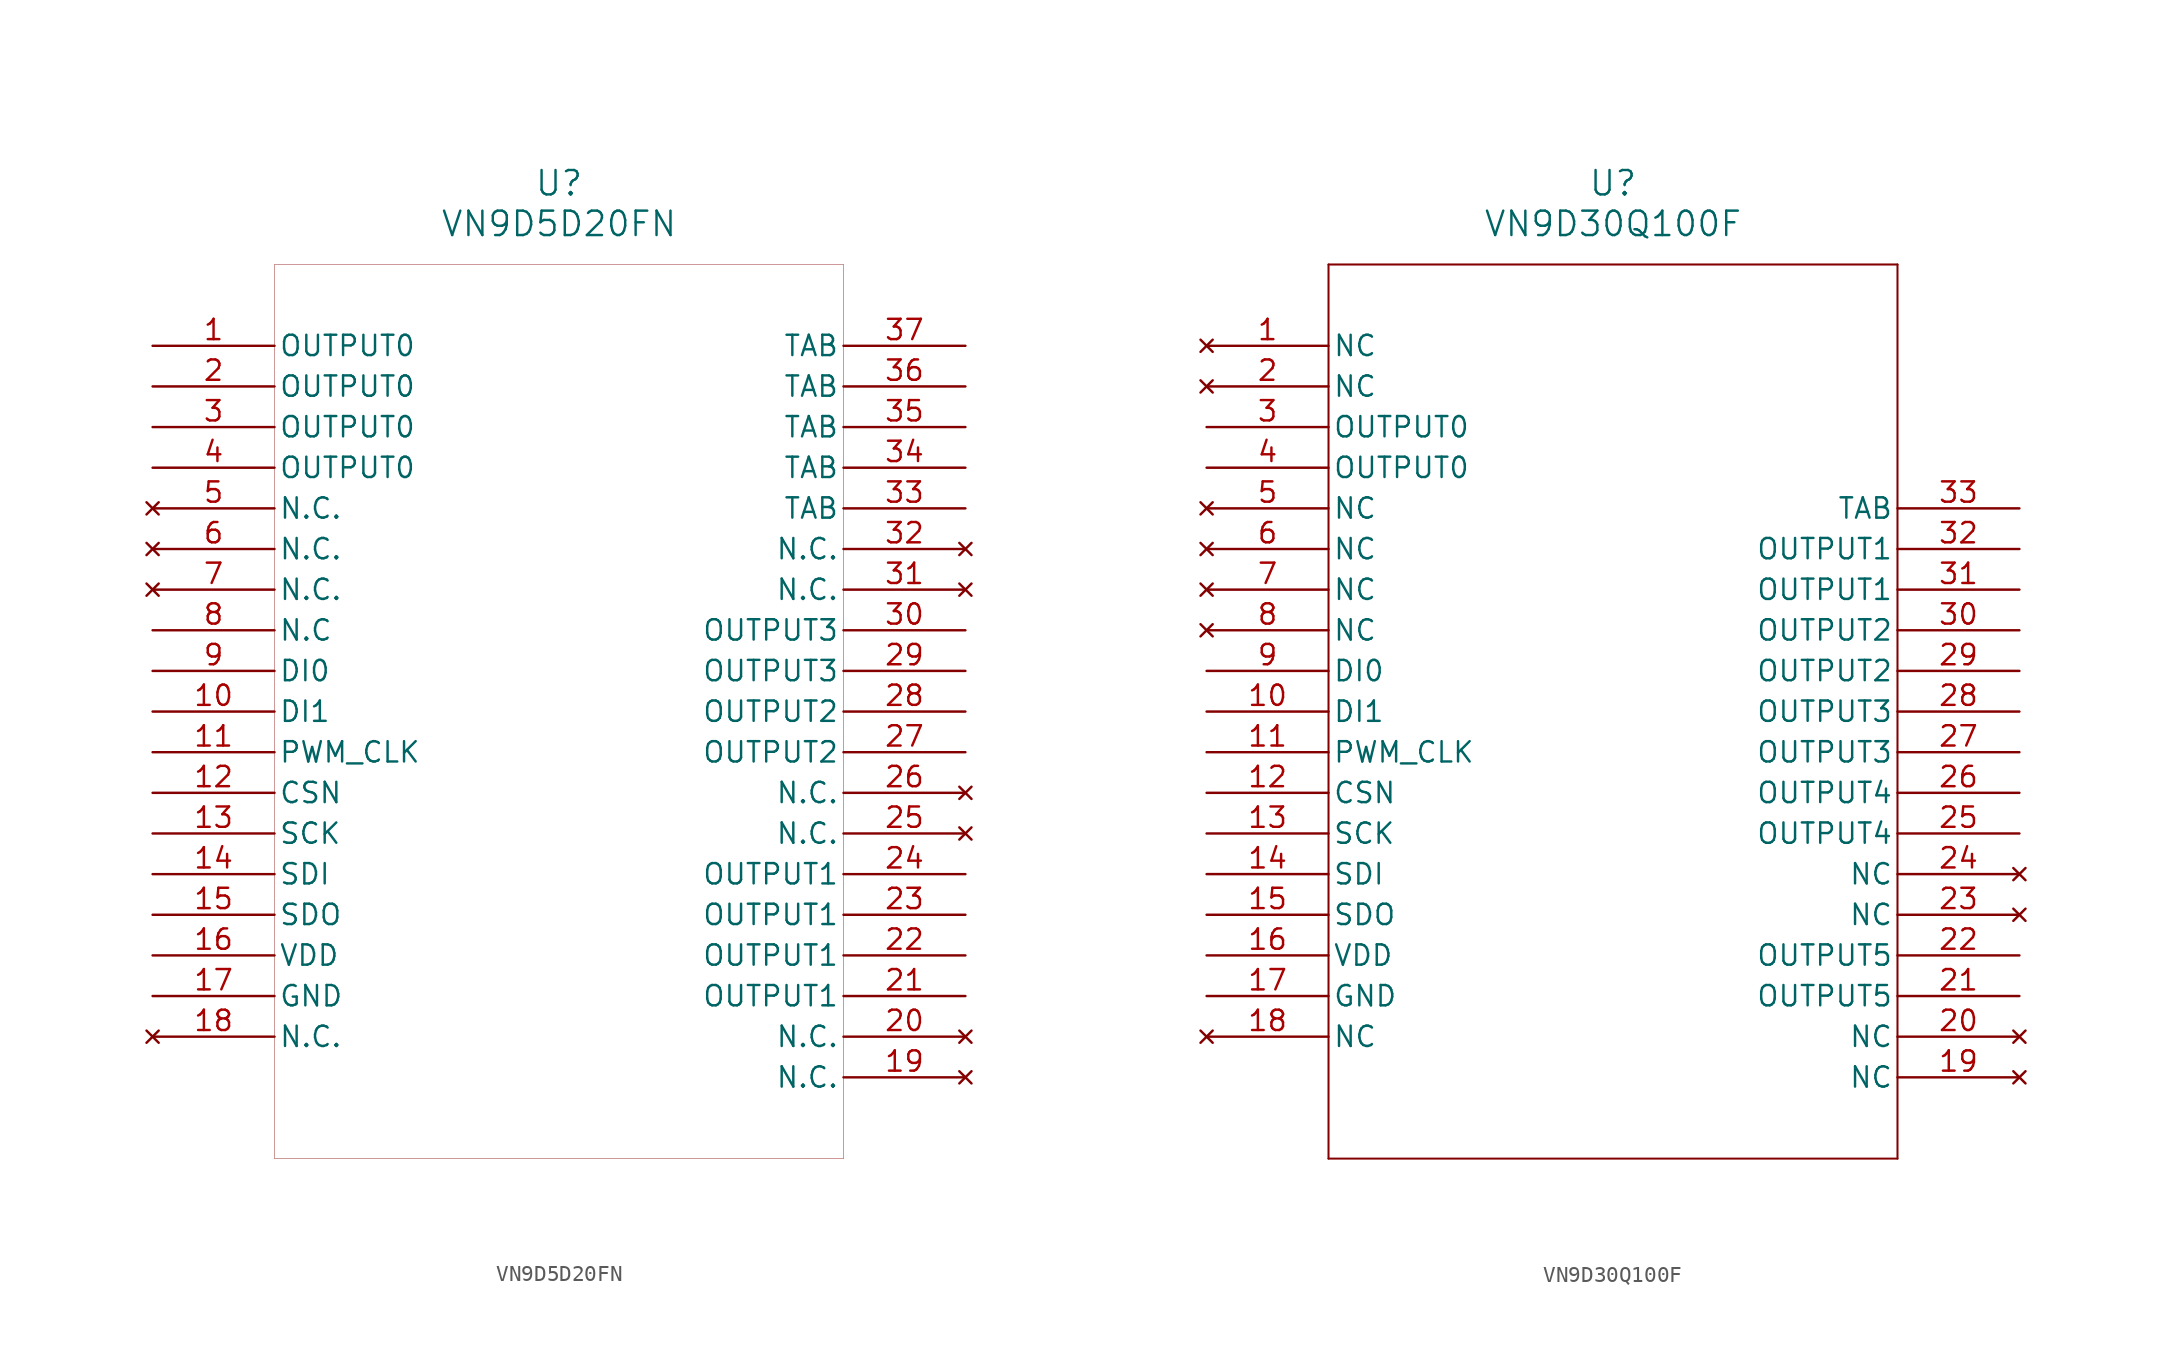
<source format=kicad_sym>
(kicad_symbol_lib
  (version 20241209)
  (generator "kicad_symbol_editor")
  (generator_version "9.0")
  (symbol "VN9D5D20FN"
    (pin_names
      (offset 0.254))
    (property "Reference" "U"
      (at 25.4 10.16 0)
      (effects (font (size 1.524 1.524))))
    (property "Value" "VN9D5D20FN"
      (at 25.4 7.62 0)
      (effects (font (size 1.524 1.524))))
    (property "ki_locked" ""
      (at 0 0 0)
      (effects (font (size 1.27 1.27))))
    (symbol "VN9D5D20FN_0_1"
      (polyline (pts (xy 7.62 5.08) (xy 7.62 -50.8)) (stroke (width 0.025) (type default)) (fill (type none)))
      (polyline (pts (xy 7.62 -50.8) (xy 43.18 -50.8)) (stroke (width 0.025) (type default)) (fill (type none)))
      (polyline (pts (xy 43.18 5.08) (xy 7.62 5.08)) (stroke (width 0.025) (type default)) (fill (type none)))
      (polyline (pts (xy 43.18 -50.8) (xy 43.18 5.08)) (stroke (width 0.025) (type default)) (fill (type none)))
      (pin output line (at 0 0 0) (length 7.62) (name "OUTPUT0" (effects (font (size 1.27 1.27)))) (number "1" (effects (font (size 1.27 1.27)))))
      (pin output line (at 0 -2.54 0) (length 7.62) (name "OUTPUT0" (effects (font (size 1.27 1.27)))) (number "2" (effects (font (size 1.27 1.27)))))
      (pin output line (at 0 -5.08 0) (length 7.62) (name "OUTPUT0" (effects (font (size 1.27 1.27)))) (number "3" (effects (font (size 1.27 1.27)))))
      (pin output line (at 0 -7.62 0) (length 7.62) (name "OUTPUT0" (effects (font (size 1.27 1.27)))) (number "4" (effects (font (size 1.27 1.27)))))
      (pin no_connect line (at 0 -10.16 0) (length 7.62) (name "N.C." (effects (font (size 1.27 1.27)))) (number "5" (effects (font (size 1.27 1.27)))))
      (pin no_connect line (at 0 -12.7 0) (length 7.62) (name "N.C." (effects (font (size 1.27 1.27)))) (number "6" (effects (font (size 1.27 1.27)))))
      (pin no_connect line (at 0 -15.24 0) (length 7.62) (name "N.C." (effects (font (size 1.27 1.27)))) (number "7" (effects (font (size 1.27 1.27)))))
      (pin bidirectional line (at 0 -17.78 0) (length 7.62) (name "N.C" (effects (font (size 1.27 1.27)))) (number "8" (effects (font (size 1.27 1.27)))))
      (pin input line (at 0 -20.32 0) (length 7.62) (name "DI0" (effects (font (size 1.27 1.27)))) (number "9" (effects (font (size 1.27 1.27)))))
      (pin input line (at 0 -22.86 0) (length 7.62) (name "DI1" (effects (font (size 1.27 1.27)))) (number "10" (effects (font (size 1.27 1.27)))))
      (pin unspecified line (at 0 -25.4 0) (length 7.62) (name "PWM_CLK" (effects (font (size 1.27 1.27)))) (number "11" (effects (font (size 1.27 1.27)))))
      (pin input line (at 0 -27.94 0) (length 7.62) (name "CSN" (effects (font (size 1.27 1.27)))) (number "12" (effects (font (size 1.27 1.27)))))
      (pin input line (at 0 -30.48 0) (length 7.62) (name "SCK" (effects (font (size 1.27 1.27)))) (number "13" (effects (font (size 1.27 1.27)))))
      (pin input line (at 0 -33.02 0) (length 7.62) (name "SDI" (effects (font (size 1.27 1.27)))) (number "14" (effects (font (size 1.27 1.27)))))
      (pin output line (at 0 -35.56 0) (length 7.62) (name "SDO" (effects (font (size 1.27 1.27)))) (number "15" (effects (font (size 1.27 1.27)))))
      (pin power_in line (at 0 -38.1 0) (length 7.62) (name "VDD" (effects (font (size 1.27 1.27)))) (number "16" (effects (font (size 1.27 1.27)))))
      (pin power_out line (at 0 -40.64 0) (length 7.62) (name "GND" (effects (font (size 1.27 1.27)))) (number "17" (effects (font (size 1.27 1.27)))))
      (pin no_connect line (at 0 -43.18 0) (length 7.62) (name "N.C." (effects (font (size 1.27 1.27)))) (number "18" (effects (font (size 1.27 1.27)))))
      (pin power_in line (at 50.8 0 180) (length 7.62) (name "TAB" (effects (font (size 1.27 1.27)))) (number "37" (effects (font (size 1.27 1.27)))))
      (pin power_in line (at 50.8 -2.54 180) (length 7.62) (name "TAB" (effects (font (size 1.27 1.27)))) (number "36" (effects (font (size 1.27 1.27)))))
      (pin power_in line (at 50.8 -5.08 180) (length 7.62) (name "TAB" (effects (font (size 1.27 1.27)))) (number "35" (effects (font (size 1.27 1.27)))))
      (pin power_in line (at 50.8 -7.62 180) (length 7.62) (name "TAB" (effects (font (size 1.27 1.27)))) (number "34" (effects (font (size 1.27 1.27)))))
      (pin power_in line (at 50.8 -10.16 180) (length 7.62) (name "TAB" (effects (font (size 1.27 1.27)))) (number "33" (effects (font (size 1.27 1.27)))))
      (pin no_connect line (at 50.8 -12.7 180) (length 7.62) (name "N.C." (effects (font (size 1.27 1.27)))) (number "32" (effects (font (size 1.27 1.27)))))
      (pin no_connect line (at 50.8 -15.24 180) (length 7.62) (name "N.C." (effects (font (size 1.27 1.27)))) (number "31" (effects (font (size 1.27 1.27)))))
      (pin output line (at 50.8 -17.78 180) (length 7.62) (name "OUTPUT3" (effects (font (size 1.27 1.27)))) (number "30" (effects (font (size 1.27 1.27)))))
      (pin output line (at 50.8 -20.32 180) (length 7.62) (name "OUTPUT3" (effects (font (size 1.27 1.27)))) (number "29" (effects (font (size 1.27 1.27)))))
      (pin output line (at 50.8 -22.86 180) (length 7.62) (name "OUTPUT2" (effects (font (size 1.27 1.27)))) (number "28" (effects (font (size 1.27 1.27)))))
      (pin output line (at 50.8 -25.4 180) (length 7.62) (name "OUTPUT2" (effects (font (size 1.27 1.27)))) (number "27" (effects (font (size 1.27 1.27)))))
      (pin no_connect line (at 50.8 -27.94 180) (length 7.62) (name "N.C." (effects (font (size 1.27 1.27)))) (number "26" (effects (font (size 1.27 1.27)))))
      (pin no_connect line (at 50.8 -30.48 180) (length 7.62) (name "N.C." (effects (font (size 1.27 1.27)))) (number "25" (effects (font (size 1.27 1.27)))))
      (pin output line (at 50.8 -33.02 180) (length 7.62) (name "OUTPUT1" (effects (font (size 1.27 1.27)))) (number "24" (effects (font (size 1.27 1.27)))))
      (pin output line (at 50.8 -35.56 180) (length 7.62) (name "OUTPUT1" (effects (font (size 1.27 1.27)))) (number "23" (effects (font (size 1.27 1.27)))))
      (pin output line (at 50.8 -38.1 180) (length 7.62) (name "OUTPUT1" (effects (font (size 1.27 1.27)))) (number "22" (effects (font (size 1.27 1.27)))))
      (pin output line (at 50.8 -40.64 180) (length 7.62) (name "OUTPUT1" (effects (font (size 1.27 1.27)))) (number "21" (effects (font (size 1.27 1.27)))))
      (pin no_connect line (at 50.8 -43.18 180) (length 7.62) (name "N.C." (effects (font (size 1.27 1.27)))) (number "20" (effects (font (size 1.27 1.27)))))
      (pin no_connect line (at 50.8 -45.72 180) (length 7.62) (name "N.C." (effects (font (size 1.27 1.27)))) (number "19" (effects (font (size 1.27 1.27)))))))
  (symbol "VN9D30Q100F"
    (pin_names
      (offset 0.254))
    (property "Reference" "U"
      (at 25.4 10.16 0)
      (effects (font (size 1.524 1.524))))
    (property "Value" "VN9D30Q100F"
      (at 25.4 7.62 0)
      (effects (font (size 1.524 1.524))))
    (symbol "VN9D30Q100F_0_1"
      (polyline (pts (xy 7.62 5.08) (xy 7.62 -50.8)) (stroke (width 0.127) (type default)) (fill (type none)))
      (polyline (pts (xy 7.62 -50.8) (xy 43.18 -50.8)) (stroke (width 0.127) (type default)) (fill (type none)))
      (polyline (pts (xy 43.18 5.08) (xy 7.62 5.08)) (stroke (width 0.127) (type default)) (fill (type none)))
      (polyline (pts (xy 43.18 -50.8) (xy 43.18 5.08)) (stroke (width 0.127) (type default)) (fill (type none)))
      (pin no_connect line (at 0 0 0) (length 7.62) (name "NC" (effects (font (size 1.27 1.27)))) (number "1" (effects (font (size 1.27 1.27)))))
      (pin no_connect line (at 0 -2.54 0) (length 7.62) (name "NC" (effects (font (size 1.27 1.27)))) (number "2" (effects (font (size 1.27 1.27)))))
      (pin output line (at 0 -5.08 0) (length 7.62) (name "OUTPUT0" (effects (font (size 1.27 1.27)))) (number "3" (effects (font (size 1.27 1.27)))))
      (pin no_connect line (at 0 -10.16 0) (length 7.62) (name "NC" (effects (font (size 1.27 1.27)))) (number "5" (effects (font (size 1.27 1.27)))))
      (pin no_connect line (at 0 -12.7 0) (length 7.62) (name "NC" (effects (font (size 1.27 1.27)))) (number "6" (effects (font (size 1.27 1.27)))))
      (pin no_connect line (at 0 -15.24 0) (length 7.62) (name "NC" (effects (font (size 1.27 1.27)))) (number "7" (effects (font (size 1.27 1.27)))))
      (pin no_connect line (at 0 -17.78 0) (length 7.62) (name "NC" (effects (font (size 1.27 1.27)))) (number "8" (effects (font (size 1.27 1.27)))))
      (pin bidirectional line (at 0 -20.32 0) (length 7.62) (name "DI0" (effects (font (size 1.27 1.27)))) (number "9" (effects (font (size 1.27 1.27)))))
      (pin bidirectional line (at 0 -22.86 0) (length 7.62) (name "DI1" (effects (font (size 1.27 1.27)))) (number "10" (effects (font (size 1.27 1.27)))))
      (pin input line (at 0 -33.02 0) (length 7.62) (name "SDI" (effects (font (size 1.27 1.27)))) (number "14" (effects (font (size 1.27 1.27)))))
      (pin output line (at 0 -35.56 0) (length 7.62) (name "SDO" (effects (font (size 1.27 1.27)))) (number "15" (effects (font (size 1.27 1.27)))))
      (pin power_in line (at 0 -38.1 0) (length 7.62) (name "VDD" (effects (font (size 1.27 1.27)))) (number "16" (effects (font (size 1.27 1.27)))))
      (pin no_connect line (at 0 -43.18 0) (length 7.62) (name "NC" (effects (font (size 1.27 1.27)))) (number "18" (effects (font (size 1.27 1.27)))))
      (pin output line (at 50.8 -15.24 180) (length 7.62) (name "OUTPUT1" (effects (font (size 1.27 1.27)))) (number "31" (effects (font (size 1.27 1.27)))))
      (pin output line (at 50.8 -20.32 180) (length 7.62) (name "OUTPUT2" (effects (font (size 1.27 1.27)))) (number "29" (effects (font (size 1.27 1.27)))))
      (pin output line (at 50.8 -25.4 180) (length 7.62) (name "OUTPUT3" (effects (font (size 1.27 1.27)))) (number "27" (effects (font (size 1.27 1.27)))))
      (pin output line (at 50.8 -30.48 180) (length 7.62) (name "OUTPUT4" (effects (font (size 1.27 1.27)))) (number "25" (effects (font (size 1.27 1.27)))))
      (pin no_connect line (at 50.8 -33.02 180) (length 7.62) (name "NC" (effects (font (size 1.27 1.27)))) (number "24" (effects (font (size 1.27 1.27)))))
      (pin no_connect line (at 50.8 -35.56 180) (length 7.62) (name "NC" (effects (font (size 1.27 1.27)))) (number "23" (effects (font (size 1.27 1.27)))))
      (pin output line (at 50.8 -40.64 180) (length 7.62) (name "OUTPUT5" (effects (font (size 1.27 1.27)))) (number "21" (effects (font (size 1.27 1.27)))))
      (pin no_connect line (at 50.8 -43.18 180) (length 7.62) (name "NC" (effects (font (size 1.27 1.27)))) (number "20" (effects (font (size 1.27 1.27)))))
      (pin no_connect line (at 50.8 -45.72 180) (length 7.62) (name "NC" (effects (font (size 1.27 1.27)))) (number "19" (effects (font (size 1.27 1.27))))))
    (symbol "VN9D30Q100F_1_1"
      (pin passive line (at 0 -7.62 0) (length 7.62) (name "OUTPUT0" (effects (font (size 1.27 1.27)))) (number "4" (effects (font (size 1.27 1.27)))))
      (pin input line (at 0 -25.4 0) (length 7.62) (name "PWM_CLK" (effects (font (size 1.27 1.27)))) (number "11" (effects (font (size 1.27 1.27)))))
      (pin input line (at 0 -27.94 0) (length 7.62) (name "CSN" (effects (font (size 1.27 1.27)))) (number "12" (effects (font (size 1.27 1.27)))))
      (pin input line (at 0 -30.48 0) (length 7.62) (name "SCK" (effects (font (size 1.27 1.27)))) (number "13" (effects (font (size 1.27 1.27)))))
      (pin passive line (at 0 -40.64 0) (length 7.62) (name "GND" (effects (font (size 1.27 1.27)))) (number "17" (effects (font (size 1.27 1.27)))))
      (pin power_in line (at 50.8 -10.16 180) (length 7.62) (name "TAB" (effects (font (size 1.27 1.27)))) (number "33" (effects (font (size 1.27 1.27)))))
      (pin passive line (at 50.8 -12.7 180) (length 7.62) (name "OUTPUT1" (effects (font (size 1.27 1.27)))) (number "32" (effects (font (size 1.27 1.27)))))
      (pin passive line (at 50.8 -17.78 180) (length 7.62) (name "OUTPUT2" (effects (font (size 1.27 1.27)))) (number "30" (effects (font (size 1.27 1.27)))))
      (pin passive line (at 50.8 -22.86 180) (length 7.62) (name "OUTPUT3" (effects (font (size 1.27 1.27)))) (number "28" (effects (font (size 1.27 1.27)))))
      (pin passive line (at 50.8 -27.94 180) (length 7.62) (name "OUTPUT4" (effects (font (size 1.27 1.27)))) (number "26" (effects (font (size 1.27 1.27)))))
      (pin passive line (at 50.8 -38.1 180) (length 7.62) (name "OUTPUT5" (effects (font (size 1.27 1.27)))) (number "22" (effects (font (size 1.27 1.27))))))))
</source>
